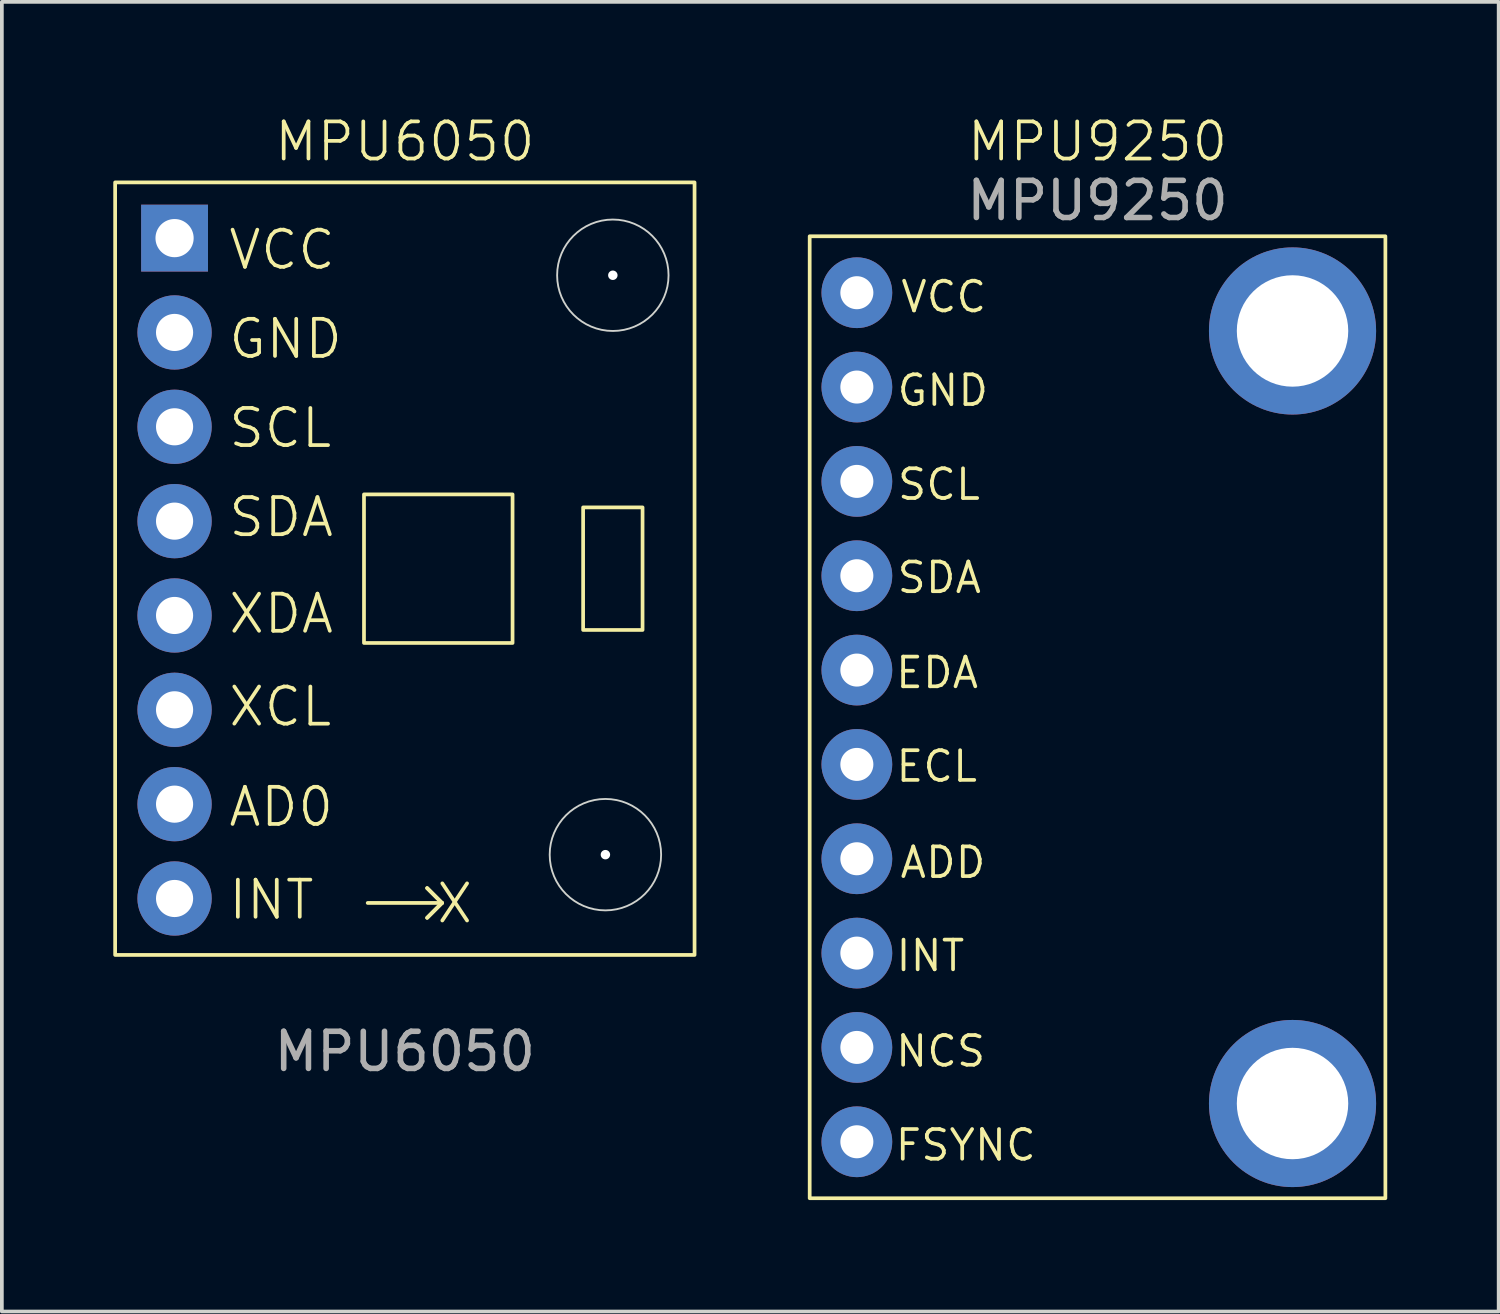
<source format=kicad_pcb>
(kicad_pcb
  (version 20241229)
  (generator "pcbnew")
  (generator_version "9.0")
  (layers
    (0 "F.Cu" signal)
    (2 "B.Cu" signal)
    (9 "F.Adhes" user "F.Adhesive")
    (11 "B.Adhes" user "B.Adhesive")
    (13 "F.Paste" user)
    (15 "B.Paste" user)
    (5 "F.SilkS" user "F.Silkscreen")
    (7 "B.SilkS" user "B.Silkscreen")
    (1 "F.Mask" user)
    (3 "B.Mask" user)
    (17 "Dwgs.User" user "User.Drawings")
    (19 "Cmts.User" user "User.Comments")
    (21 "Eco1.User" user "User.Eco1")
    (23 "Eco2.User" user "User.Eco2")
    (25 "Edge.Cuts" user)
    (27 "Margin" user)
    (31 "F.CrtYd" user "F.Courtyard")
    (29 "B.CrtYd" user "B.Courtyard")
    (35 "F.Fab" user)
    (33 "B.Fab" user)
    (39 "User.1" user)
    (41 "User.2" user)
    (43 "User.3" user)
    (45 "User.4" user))
  (footprint "MPU9250"
    (layer "F.Cu")
    (at 26.5 16.261)
    (property "Reference" "MPU9250" (at 0 -15.5 0) (unlocked yes) (layer "F.SilkS") (effects (font (size 1 1) (thickness 0.1))))
    (attr through_hole)
    (fp_rect (start -7.75 -12.95) (end 7.75 12.95) (stroke (width 0.1) (type solid)) (fill no) (layer "F.SilkS"))
    (fp_text user "INT" (at -5.48 6.89 0) (unlocked yes) (layer "F.SilkS") (effects (font (size 0.8 0.8) (thickness 0.1)) (justify left bottom)))
    (fp_text user "SDA" (at -5.45 -3.29 0) (unlocked yes) (layer "F.SilkS") (effects (font (size 0.8 0.8) (thickness 0.1)) (justify left bottom)))
    (fp_text user "EDA" (at -5.49 -0.73 0) (unlocked yes) (layer "F.SilkS") (effects (font (size 0.8 0.8) (thickness 0.1)) (justify left bottom)))
    (fp_text user "FSYNC" (at -5.5 11.99 0) (unlocked yes) (layer "F.SilkS") (effects (font (size 0.8 0.8) (thickness 0.1)) (justify left bottom)))
    (fp_text user "ECL" (at -5.48 1.79 0) (unlocked yes) (layer "F.SilkS") (effects (font (size 0.8 0.8) (thickness 0.1)) (justify left bottom)))
    (fp_text user "NCS" (at -5.49 9.46 0) (unlocked yes) (layer "F.SilkS") (effects (font (size 0.8 0.8) (thickness 0.1)) (justify left bottom)))
    (fp_text user "GND" (at -5.45 -8.33 0) (unlocked yes) (layer "F.SilkS") (effects (font (size 0.8 0.8) (thickness 0.1)) (justify left bottom)))
    (fp_text user "VCC" (at -5.35 -10.85 0) (unlocked yes) (layer "F.SilkS") (effects (font (size 0.8 0.8) (thickness 0.1)) (justify left bottom)))
    (fp_text user "ADD" (at -5.37 4.38 0) (unlocked yes) (layer "F.SilkS") (effects (font (size 0.8 0.8) (thickness 0.1)) (justify left bottom)))
    (fp_text user "SCL" (at -5.44 -5.8 0) (unlocked yes) (layer "F.SilkS") (effects (font (size 0.8 0.8) (thickness 0.1)) (justify left bottom)))
    (fp_text user "${REFERENCE}" (at 0 -13.91 0) (unlocked yes) (layer "F.Fab") (effects (font (size 1 1) (thickness 0.15))))
    (pad "" thru_hole circle (at 5.25 -10.4) (size 4.5 4.5) (drill 3) (layers "*.Cu" "*.Mask"))
    (pad "" thru_hole circle (at 5.25 10.4) (size 4.5 4.5) (drill 3) (layers "*.Cu" "*.Mask"))
    (pad "1" thru_hole circle (at -6.48 -11.43) (size 1.905 1.905) (drill 0.889) (layers "*.Cu" "*.Mask"))
    (pad "2" thru_hole circle (at -6.48 -8.89) (size 1.905 1.905) (drill 0.889) (layers "*.Cu" "*.Mask"))
    (pad "3" thru_hole circle (at -6.48 -6.35) (size 1.905 1.905) (drill 0.889) (layers "*.Cu" "*.Mask"))
    (pad "4" thru_hole circle (at -6.48 -3.81) (size 1.905 1.905) (drill 0.889) (layers "*.Cu" "*.Mask"))
    (pad "5" thru_hole circle (at -6.48 -1.27) (size 1.905 1.905) (drill 0.889) (layers "*.Cu" "*.Mask"))
    (pad "6" thru_hole circle (at -6.48 1.27) (size 1.905 1.905) (drill 0.889) (layers "*.Cu" "*.Mask"))
    (pad "7" thru_hole circle (at -6.48 3.81) (size 1.905 1.905) (drill 0.889) (layers "*.Cu" "*.Mask"))
    (pad "8" thru_hole circle (at -6.48 6.35) (size 1.905 1.905) (drill 0.889) (layers "*.Cu" "*.Mask"))
    (pad "9" thru_hole circle (at -6.48 8.89) (size 1.905 1.905) (drill 0.889) (layers "*.Cu" "*.Mask"))
    (pad "10" thru_hole circle (at -6.48 11.43) (size 1.905 1.905) (drill 0.889) (layers "*.Cu" "*.Mask")))
  (footprint "MPU6050"
    (layer "F.Cu")
    (at 7.85 12.261)
    (property "Reference" "MPU6050" (at 0 -11.5 0) (unlocked yes) (layer "F.SilkS") (effects (font (size 1 1) (thickness 0.1))))
    (attr through_hole)
    (fp_line (start -1 9) (end 1 9) (stroke (width 0.1) (type default)) (layer "F.SilkS"))
    (fp_line (start 0.6 8.6) (end 1 9) (stroke (width 0.1) (type default)) (layer "F.SilkS"))
    (fp_line (start 0.6 9.4) (end 1 9) (stroke (width 0.1) (type default)) (layer "F.SilkS"))
    (fp_line (start 1 9) (end 0.6 8.6) (stroke (width 0.1) (type default)) (layer "F.SilkS"))
    (fp_line (start 1 9) (end 0.6 9.4) (stroke (width 0.1) (type default)) (layer "F.SilkS"))
    (fp_rect (start -7.8 -10.4) (end 7.8 10.4) (stroke (width 0.1) (type solid)) (fill no) (layer "F.SilkS"))
    (fp_rect (start -1.1 -2) (end 2.9 2) (stroke (width 0.1) (type default)) (fill no) (layer "F.SilkS"))
    (fp_rect (start 4.8 -1.65) (end 6.4 1.65) (stroke (width 0.1) (type default)) (fill no) (layer "F.SilkS"))
    (fp_circle (center 5.4 7.7) (end 3.9 7.7) (stroke (width 0.05) (type default)) (fill no) (layer "Edge.Cuts"))
    (fp_circle (center 5.6 -7.9) (end 4.1 -7.9) (stroke (width 0.05) (type default)) (fill no) (layer "Edge.Cuts"))
    (fp_text user "AD0" (at -4.8 7 0) (unlocked yes) (layer "F.SilkS") (effects (font (size 1 1) (thickness 0.1)) (justify left bottom)))
    (fp_text user "VCC" (at -4.8 -8 0) (unlocked yes) (layer "F.SilkS") (effects (font (size 1 1) (thickness 0.1)) (justify left bottom)))
    (fp_text user "X" (at 0.8 9.6 0) (unlocked yes) (layer "F.SilkS") (effects (font (size 1 1) (thickness 0.1)) (justify left bottom)))
    (fp_text user "GND" (at -4.8 -5.6 0) (unlocked yes) (layer "F.SilkS") (effects (font (size 1 1) (thickness 0.1)) (justify left bottom)))
    (fp_text user "INT" (at -4.8 9.5 0) (unlocked yes) (layer "F.SilkS") (effects (font (size 1 1) (thickness 0.1)) (justify left bottom)))
    (fp_text user "XDA" (at -4.8 1.8 0) (unlocked yes) (layer "F.SilkS") (effects (font (size 1 1) (thickness 0.1)) (justify left bottom)))
    (fp_text user "SDA" (at -4.8 -0.8 0) (unlocked yes) (layer "F.SilkS") (effects (font (size 1 1) (thickness 0.1)) (justify left bottom)))
    (fp_text user "XCL" (at -4.8 4.3 0) (unlocked yes) (layer "F.SilkS") (effects (font (size 1 1) (thickness 0.1)) (justify left bottom)))
    (fp_text user "SCL" (at -4.8 -3.2 0) (unlocked yes) (layer "F.SilkS") (effects (font (size 1 1) (thickness 0.1)) (justify left bottom)))
    (fp_text user "${REFERENCE}" (at 0 13 0) (unlocked yes) (layer "F.Fab") (effects (font (size 1 1) (thickness 0.15))))
    (pad "" np_thru_hole circle (at 5.4 7.7) (size 0.254 0.254) (drill 3) (layers "*.Cu" "*.Mask"))
    (pad "" np_thru_hole circle (at 5.6 -7.9) (size 0.254 0.254) (drill 3) (layers "*.Cu" "*.Mask"))
    (pad "1" thru_hole rect (at -6.2 -8.9) (size 1.8 1.8) (drill 1.028) (layers "*.Cu" "*.Mask"))
    (pad "2" thru_hole circle (at -6.2 -6.36) (size 2 2) (drill 1) (layers "*.Cu" "*.Mask"))
    (pad "3" thru_hole circle (at -6.2 -3.82) (size 2 2) (drill 1) (layers "*.Cu" "*.Mask"))
    (pad "4" thru_hole circle (at -6.2 -1.28) (size 2 2) (drill 1) (layers "*.Cu" "*.Mask"))
    (pad "5" thru_hole circle (at -6.2 1.26) (size 2 2) (drill 1) (layers "*.Cu" "*.Mask"))
    (pad "6" thru_hole circle (at -6.2 3.8) (size 2 2) (drill 1) (layers "*.Cu" "*.Mask"))
    (pad "7" thru_hole circle (at -6.2 6.34) (size 2 2) (drill 1) (layers "*.Cu" "*.Mask"))
    (pad "8" thru_hole circle (at -6.2 8.88) (size 2 2) (drill 1) (layers "*.Cu" "*.Mask")))
  (gr_rect
    (start -3 -3)
    (end 37.3 32.261)
    (stroke (width 0.1) (type default))
    (fill no)
    (layer "Edge.Cuts")))
</source>
